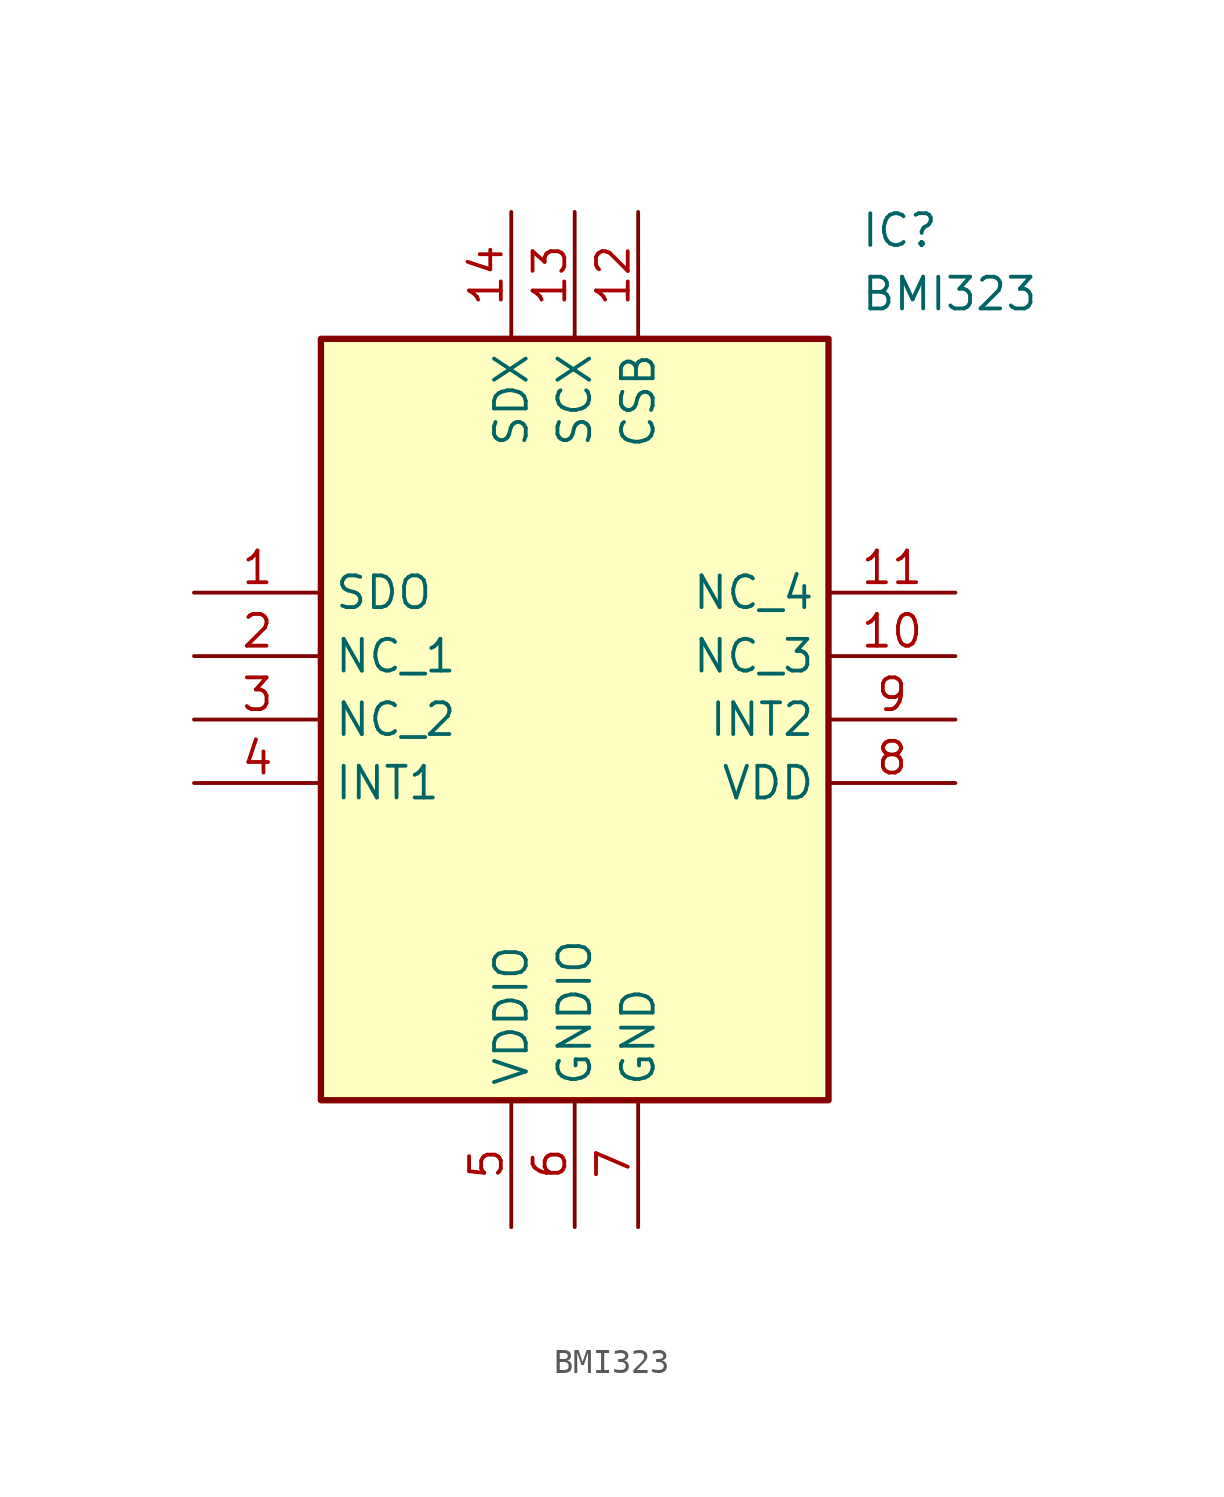
<source format=kicad_sym>
(kicad_symbol_lib
  (version 20241209)
  (generator "kicad_symbol_editor")
  (generator_version "9.0")
  (symbol "BMI323"
    (property "Reference" "IC"
      (at 26.67 15.24 0)
      (effects (font (size 1.27 1.27)) (justify left top)))
    (property "Value" "BMI323"
      (at 26.67 12.7 0)
      (effects (font (size 1.27 1.27)) (justify left top)))
    (symbol "BMI323_1_1"
      (rectangle (start 5.08 10.16) (end 25.4 -20.32) (stroke (width 0.254) (type default)) (fill (type background)))
      (pin passive line (at 0 0 0) (length 5.08) (name "SDO" (effects (font (size 1.27 1.27)))) (number "1" (effects (font (size 1.27 1.27)))))
      (pin passive line (at 0 -2.54 0) (length 5.08) (name "NC_1" (effects (font (size 1.27 1.27)))) (number "2" (effects (font (size 1.27 1.27)))))
      (pin passive line (at 0 -5.08 0) (length 5.08) (name "NC_2" (effects (font (size 1.27 1.27)))) (number "3" (effects (font (size 1.27 1.27)))))
      (pin passive line (at 0 -7.62 0) (length 5.08) (name "INT1" (effects (font (size 1.27 1.27)))) (number "4" (effects (font (size 1.27 1.27)))))
      (pin passive line (at 12.7 15.24 270) (length 5.08) (name "SDX" (effects (font (size 1.27 1.27)))) (number "14" (effects (font (size 1.27 1.27)))))
      (pin passive line (at 12.7 -25.4 90) (length 5.08) (name "VDDIO" (effects (font (size 1.27 1.27)))) (number "5" (effects (font (size 1.27 1.27)))))
      (pin passive line (at 15.24 15.24 270) (length 5.08) (name "SCX" (effects (font (size 1.27 1.27)))) (number "13" (effects (font (size 1.27 1.27)))))
      (pin passive line (at 15.24 -25.4 90) (length 5.08) (name "GNDIO" (effects (font (size 1.27 1.27)))) (number "6" (effects (font (size 1.27 1.27)))))
      (pin passive line (at 17.78 15.24 270) (length 5.08) (name "CSB" (effects (font (size 1.27 1.27)))) (number "12" (effects (font (size 1.27 1.27)))))
      (pin passive line (at 17.78 -25.4 90) (length 5.08) (name "GND" (effects (font (size 1.27 1.27)))) (number "7" (effects (font (size 1.27 1.27)))))
      (pin passive line (at 30.48 0 180) (length 5.08) (name "NC_4" (effects (font (size 1.27 1.27)))) (number "11" (effects (font (size 1.27 1.27)))))
      (pin passive line (at 30.48 -2.54 180) (length 5.08) (name "NC_3" (effects (font (size 1.27 1.27)))) (number "10" (effects (font (size 1.27 1.27)))))
      (pin passive line (at 30.48 -5.08 180) (length 5.08) (name "INT2" (effects (font (size 1.27 1.27)))) (number "9" (effects (font (size 1.27 1.27)))))
      (pin passive line (at 30.48 -7.62 180) (length 5.08) (name "VDD" (effects (font (size 1.27 1.27)))) (number "8" (effects (font (size 1.27 1.27))))))))
</source>
